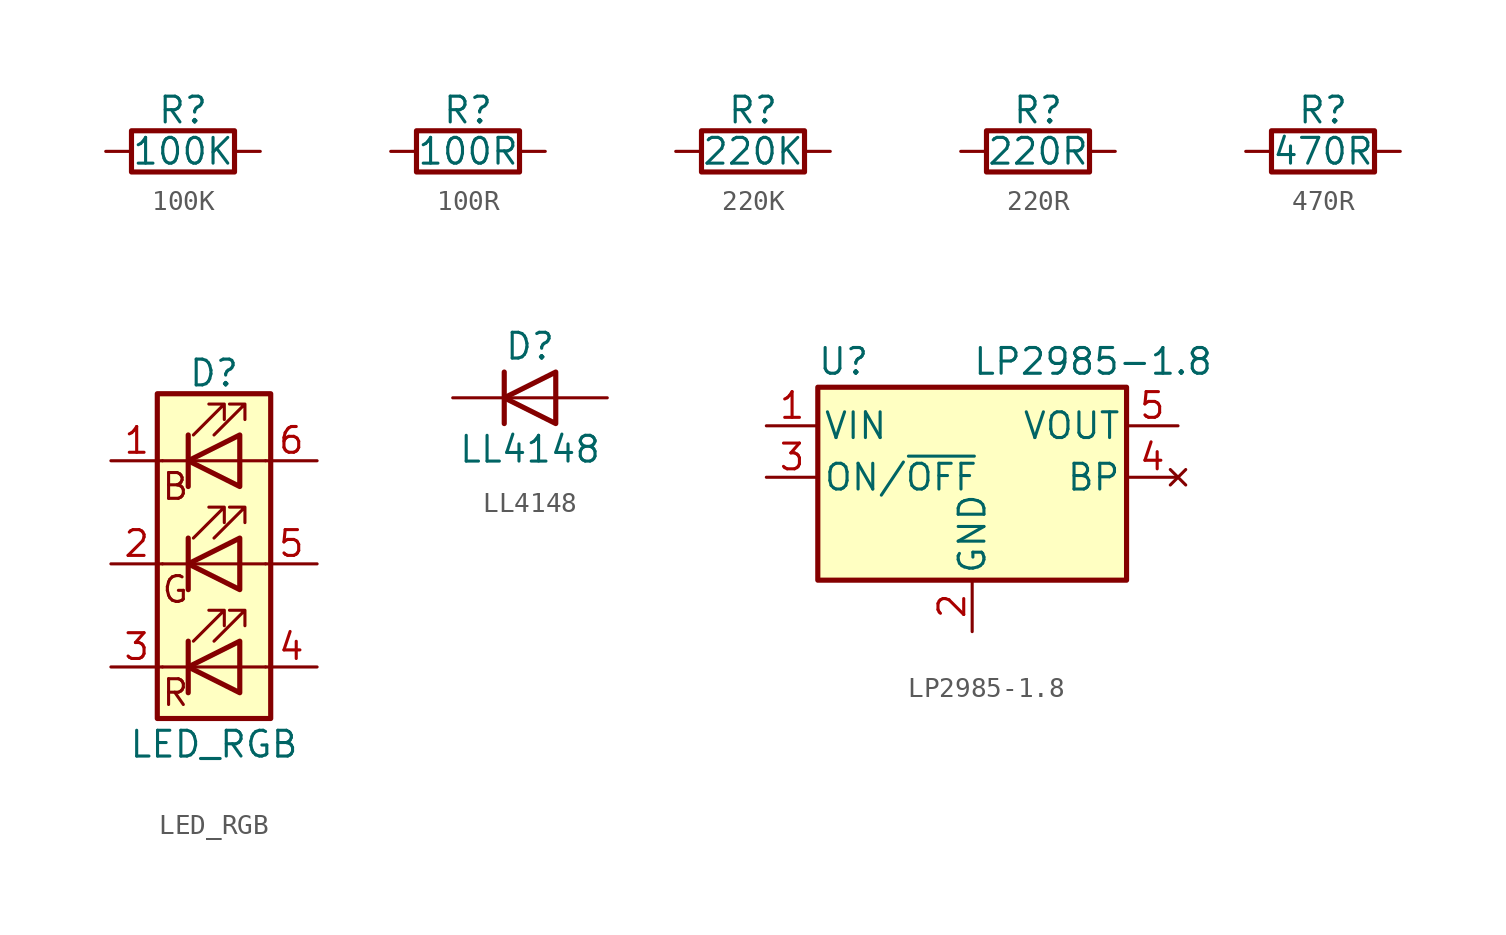
<source format=kicad_sym>
(kicad_symbol_lib
  (version 20211014)
  (generator kicad_symbol_editor)
  (symbol "100K"
    (pin_numbers hide)
    (pin_names
      (offset 0))
    (property "Reference" "R"
      (at 0 2.032 0)
      (effects (font (size 1.27 1.27))))
    (property "Value" "100K"
      (at 0 0 0)
      (effects (font (size 1.27 1.27))))
    (property "Feeder" ""
      (at 0 0 0)
      (effects (font (size 1.27 1.27))))
    (symbol "100K_0_1"
      (rectangle (start 2.54 -1.016) (end -2.54 1.016) (stroke (width 0.254) (type default) (color 0 0 0 0)) (fill (type none))))
    (symbol "100K_1_1"
      (pin passive line (at -3.81 0 0) (length 1.27) (name "~" (effects (font (size 1.27 1.27)))) (number "1" (effects (font (size 1.27 1.27)))))
      (pin passive line (at 3.81 0 180) (length 1.27) (name "~" (effects (font (size 1.27 1.27)))) (number "2" (effects (font (size 1.27 1.27)))))))
  (symbol "100R"
    (pin_numbers hide)
    (pin_names
      (offset 0))
    (property "Reference" "R"
      (at 0 2.032 0)
      (effects (font (size 1.27 1.27))))
    (property "Value" "100R"
      (at 0 0 0)
      (effects (font (size 1.27 1.27))))
    (property "Feeder" ""
      (at 0 0 0)
      (effects (font (size 1.27 1.27))))
    (symbol "100R_0_1"
      (rectangle (start 2.54 -1.016) (end -2.54 1.016) (stroke (width 0.254) (type default) (color 0 0 0 0)) (fill (type none))))
    (symbol "100R_1_1"
      (pin passive line (at -3.81 0 0) (length 1.27) (name "~" (effects (font (size 1.27 1.27)))) (number "1" (effects (font (size 1.27 1.27)))))
      (pin passive line (at 3.81 0 180) (length 1.27) (name "~" (effects (font (size 1.27 1.27)))) (number "2" (effects (font (size 1.27 1.27)))))))
  (symbol "220K"
    (pin_numbers hide)
    (pin_names
      (offset 0))
    (property "Reference" "R"
      (at 0 2.032 0)
      (effects (font (size 1.27 1.27))))
    (property "Value" "220K"
      (at 0 0 0)
      (effects (font (size 1.27 1.27))))
    (property "Feeder" ""
      (at 0 0 0)
      (effects (font (size 1.27 1.27))))
    (symbol "220K_0_1"
      (rectangle (start 2.54 -1.016) (end -2.54 1.016) (stroke (width 0.254) (type default) (color 0 0 0 0)) (fill (type none))))
    (symbol "220K_1_1"
      (pin passive line (at -3.81 0 0) (length 1.27) (name "~" (effects (font (size 1.27 1.27)))) (number "1" (effects (font (size 1.27 1.27)))))
      (pin passive line (at 3.81 0 180) (length 1.27) (name "~" (effects (font (size 1.27 1.27)))) (number "2" (effects (font (size 1.27 1.27)))))))
  (symbol "220R"
    (pin_numbers hide)
    (pin_names
      (offset 0))
    (property "Reference" "R"
      (at 0 2.032 0)
      (effects (font (size 1.27 1.27))))
    (property "Value" "220R"
      (at 0 0 0)
      (effects (font (size 1.27 1.27))))
    (property "Feeder" ""
      (at 0 0 0)
      (effects (font (size 1.27 1.27))))
    (symbol "220R_0_1"
      (rectangle (start 2.54 -1.016) (end -2.54 1.016) (stroke (width 0.254) (type default) (color 0 0 0 0)) (fill (type none))))
    (symbol "220R_1_1"
      (pin passive line (at -3.81 0 0) (length 1.27) (name "~" (effects (font (size 1.27 1.27)))) (number "1" (effects (font (size 1.27 1.27)))))
      (pin passive line (at 3.81 0 180) (length 1.27) (name "~" (effects (font (size 1.27 1.27)))) (number "2" (effects (font (size 1.27 1.27)))))))
  (symbol "470R"
    (pin_numbers hide)
    (pin_names
      (offset 0))
    (property "Reference" "R"
      (at 0 2.032 0)
      (effects (font (size 1.27 1.27))))
    (property "Value" "470R"
      (at 0 0 0)
      (effects (font (size 1.27 1.27))))
    (property "Feeder" ""
      (at 0 0 0)
      (effects (font (size 1.27 1.27))))
    (symbol "470R_0_1"
      (rectangle (start 2.54 -1.016) (end -2.54 1.016) (stroke (width 0.254) (type default) (color 0 0 0 0)) (fill (type none))))
    (symbol "470R_1_1"
      (pin passive line (at -3.81 0 0) (length 1.27) (name "~" (effects (font (size 1.27 1.27)))) (number "1" (effects (font (size 1.27 1.27)))))
      (pin passive line (at 3.81 0 180) (length 1.27) (name "~" (effects (font (size 1.27 1.27)))) (number "2" (effects (font (size 1.27 1.27)))))))
  (symbol "LED_RGB"
    (pin_names
      (offset 0) hide)
    (property "Reference" "D"
      (at 0 9.398 0)
      (effects (font (size 1.27 1.27))))
    (property "Value" "LED_RGB"
      (at 0 -8.89 0)
      (effects (font (size 1.27 1.27))))
    (property "Feeder" ""
      (at 0 0 0)
      (effects (font (size 1.27 1.27))))
    (symbol "LED_RGB_0_0"
      (text "B" (at -1.905 3.81 0) (effects (font (size 1.27 1.27))))
      (text "G" (at -1.905 -1.27 0) (effects (font (size 1.27 1.27))))
      (text "R" (at -1.905 -6.35 0) (effects (font (size 1.27 1.27)))))
    (symbol "LED_RGB_0_1"
      (polyline (pts (xy -1.27 -5.08) (xy -2.54 -5.08)) (stroke (width 0) (type default) (color 0 0 0 0)) (fill (type none)))
      (polyline (pts (xy -1.27 -5.08) (xy 1.27 -5.08)) (stroke (width 0) (type default) (color 0 0 0 0)) (fill (type none)))
      (polyline (pts (xy -1.27 -3.81) (xy -1.27 -6.35)) (stroke (width 0.254) (type default) (color 0 0 0 0)) (fill (type none)))
      (polyline (pts (xy -1.27 0) (xy -2.54 0)) (stroke (width 0) (type default) (color 0 0 0 0)) (fill (type none)))
      (polyline (pts (xy -1.27 1.27) (xy -1.27 -1.27)) (stroke (width 0.254) (type default) (color 0 0 0 0)) (fill (type none)))
      (polyline (pts (xy -1.27 5.08) (xy -2.54 5.08)) (stroke (width 0) (type default) (color 0 0 0 0)) (fill (type none)))
      (polyline (pts (xy -1.27 5.08) (xy 1.27 5.08)) (stroke (width 0) (type default) (color 0 0 0 0)) (fill (type none)))
      (polyline (pts (xy -1.27 6.35) (xy -1.27 3.81)) (stroke (width 0.254) (type default) (color 0 0 0 0)) (fill (type none)))
      (polyline (pts (xy 1.27 -5.08) (xy 2.54 -5.08)) (stroke (width 0) (type default) (color 0 0 0 0)) (fill (type none)))
      (polyline (pts (xy 1.27 0) (xy -1.27 0)) (stroke (width 0) (type default) (color 0 0 0 0)) (fill (type none)))
      (polyline (pts (xy 1.27 0) (xy 2.54 0)) (stroke (width 0) (type default) (color 0 0 0 0)) (fill (type none)))
      (polyline (pts (xy 1.27 5.08) (xy 2.54 5.08)) (stroke (width 0) (type default) (color 0 0 0 0)) (fill (type none)))
      (polyline (pts (xy -1.27 1.27) (xy -1.27 -1.27) (xy -1.27 -1.27)) (stroke (width 0) (type default) (color 0 0 0 0)) (fill (type none)))
      (polyline (pts (xy -1.27 6.35) (xy -1.27 3.81) (xy -1.27 3.81)) (stroke (width 0) (type default) (color 0 0 0 0)) (fill (type none)))
      (polyline (pts (xy 1.27 -3.81) (xy 1.27 -6.35) (xy -1.27 -5.08) (xy 1.27 -3.81)) (stroke (width 0.254) (type default) (color 0 0 0 0)) (fill (type none)))
      (polyline (pts (xy 1.27 1.27) (xy 1.27 -1.27) (xy -1.27 0) (xy 1.27 1.27)) (stroke (width 0.254) (type default) (color 0 0 0 0)) (fill (type none)))
      (polyline (pts (xy 1.27 6.35) (xy 1.27 3.81) (xy -1.27 5.08) (xy 1.27 6.35)) (stroke (width 0.254) (type default) (color 0 0 0 0)) (fill (type none)))
      (polyline (pts (xy -1.016 -3.81) (xy 0.508 -2.286) (xy -0.254 -2.286) (xy 0.508 -2.286) (xy 0.508 -3.048)) (stroke (width 0) (type default) (color 0 0 0 0)) (fill (type none)))
      (polyline (pts (xy -1.016 1.27) (xy 0.508 2.794) (xy -0.254 2.794) (xy 0.508 2.794) (xy 0.508 2.032)) (stroke (width 0) (type default) (color 0 0 0 0)) (fill (type none)))
      (polyline (pts (xy -1.016 6.35) (xy 0.508 7.874) (xy -0.254 7.874) (xy 0.508 7.874) (xy 0.508 7.112)) (stroke (width 0) (type default) (color 0 0 0 0)) (fill (type none)))
      (polyline (pts (xy 0 -3.81) (xy 1.524 -2.286) (xy 0.762 -2.286) (xy 1.524 -2.286) (xy 1.524 -3.048)) (stroke (width 0) (type default) (color 0 0 0 0)) (fill (type none)))
      (polyline (pts (xy 0 1.27) (xy 1.524 2.794) (xy 0.762 2.794) (xy 1.524 2.794) (xy 1.524 2.032)) (stroke (width 0) (type default) (color 0 0 0 0)) (fill (type none)))
      (polyline (pts (xy 0 6.35) (xy 1.524 7.874) (xy 0.762 7.874) (xy 1.524 7.874) (xy 1.524 7.112)) (stroke (width 0) (type default) (color 0 0 0 0)) (fill (type none)))
      (rectangle (start 1.27 -1.27) (end 1.27 1.27) (stroke (width 0) (type default) (color 0 0 0 0)) (fill (type none)))
      (rectangle (start 1.27 1.27) (end 1.27 1.27) (stroke (width 0) (type default) (color 0 0 0 0)) (fill (type none)))
      (rectangle (start 1.27 3.81) (end 1.27 6.35) (stroke (width 0) (type default) (color 0 0 0 0)) (fill (type none)))
      (rectangle (start 1.27 6.35) (end 1.27 6.35) (stroke (width 0) (type default) (color 0 0 0 0)) (fill (type none)))
      (rectangle (start 2.794 8.382) (end -2.794 -7.62) (stroke (width 0.254) (type default) (color 0 0 0 0)) (fill (type background))))
    (symbol "LED_RGB_1_1"
      (pin passive line (at -5.08 5.08 0) (length 2.54) (name "RK" (effects (font (size 1.27 1.27)))) (number "1" (effects (font (size 1.27 1.27)))))
      (pin passive line (at -5.08 0 0) (length 2.54) (name "GK" (effects (font (size 1.27 1.27)))) (number "2" (effects (font (size 1.27 1.27)))))
      (pin passive line (at -5.08 -5.08 0) (length 2.54) (name "BK" (effects (font (size 1.27 1.27)))) (number "3" (effects (font (size 1.27 1.27)))))
      (pin passive line (at 5.08 -5.08 180) (length 2.54) (name "BA" (effects (font (size 1.27 1.27)))) (number "4" (effects (font (size 1.27 1.27)))))
      (pin passive line (at 5.08 0 180) (length 2.54) (name "GA" (effects (font (size 1.27 1.27)))) (number "5" (effects (font (size 1.27 1.27)))))
      (pin passive line (at 5.08 5.08 180) (length 2.54) (name "RA" (effects (font (size 1.27 1.27)))) (number "6" (effects (font (size 1.27 1.27)))))))
  (symbol "LL4148"
    (pin_numbers hide)
    (pin_names hide)
    (property "Reference" "D"
      (at 0 2.54 0)
      (effects (font (size 1.27 1.27))))
    (property "Value" "LL4148"
      (at 0 -2.54 0)
      (effects (font (size 1.27 1.27))))
    (symbol "LL4148_0_1"
      (polyline (pts (xy -1.27 1.27) (xy -1.27 -1.27)) (stroke (width 0.254) (type default) (color 0 0 0 0)) (fill (type none)))
      (polyline (pts (xy 1.27 0) (xy -1.27 0)) (stroke (width 0) (type default) (color 0 0 0 0)) (fill (type none)))
      (polyline (pts (xy 1.27 1.27) (xy 1.27 -1.27) (xy -1.27 0) (xy 1.27 1.27)) (stroke (width 0.254) (type default) (color 0 0 0 0)) (fill (type none))))
    (symbol "LL4148_1_1"
      (pin passive line (at -3.81 0 0) (length 2.54) (name "K" (effects (font (size 1.27 1.27)))) (number "1" (effects (font (size 1.27 1.27)))))
      (pin passive line (at 3.81 0 180) (length 2.54) (name "A" (effects (font (size 1.27 1.27)))) (number "2" (effects (font (size 1.27 1.27)))))))
  (symbol "LP2985-1.8"
    (pin_names
      (offset 0.254))
    (property "Reference" "U"
      (at -6.35 5.715 0)
      (effects (font (size 1.27 1.27))))
    (property "Value" "LP2985-1.8"
      (at 0 5.715 0)
      (effects (font (size 1.27 1.27)) (justify left)))
    (symbol "LP2985-1.8_0_1"
      (rectangle (start -7.62 -5.08) (end 7.62 4.445) (stroke (width 0.254) (type default) (color 0 0 0 0)) (fill (type background))))
    (symbol "LP2985-1.8_1_1"
      (pin power_in line (at -10.16 2.54 0) (length 2.54) (name "VIN" (effects (font (size 1.27 1.27)))) (number "1" (effects (font (size 1.27 1.27)))))
      (pin power_in line (at 0 -7.62 90) (length 2.54) (name "GND" (effects (font (size 1.27 1.27)))) (number "2" (effects (font (size 1.27 1.27)))))
      (pin input line (at -10.16 0 0) (length 2.54) (name "ON/~{OFF}" (effects (font (size 1.27 1.27)))) (number "3" (effects (font (size 1.27 1.27)))))
      (pin no_connect line (at 10.16 0 180) (length 2.54) (name "BP" (effects (font (size 1.27 1.27)))) (number "4" (effects (font (size 1.27 1.27)))))
      (pin power_out line (at 10.16 2.54 180) (length 2.54) (name "VOUT" (effects (font (size 1.27 1.27)))) (number "5" (effects (font (size 1.27 1.27))))))))
</source>
